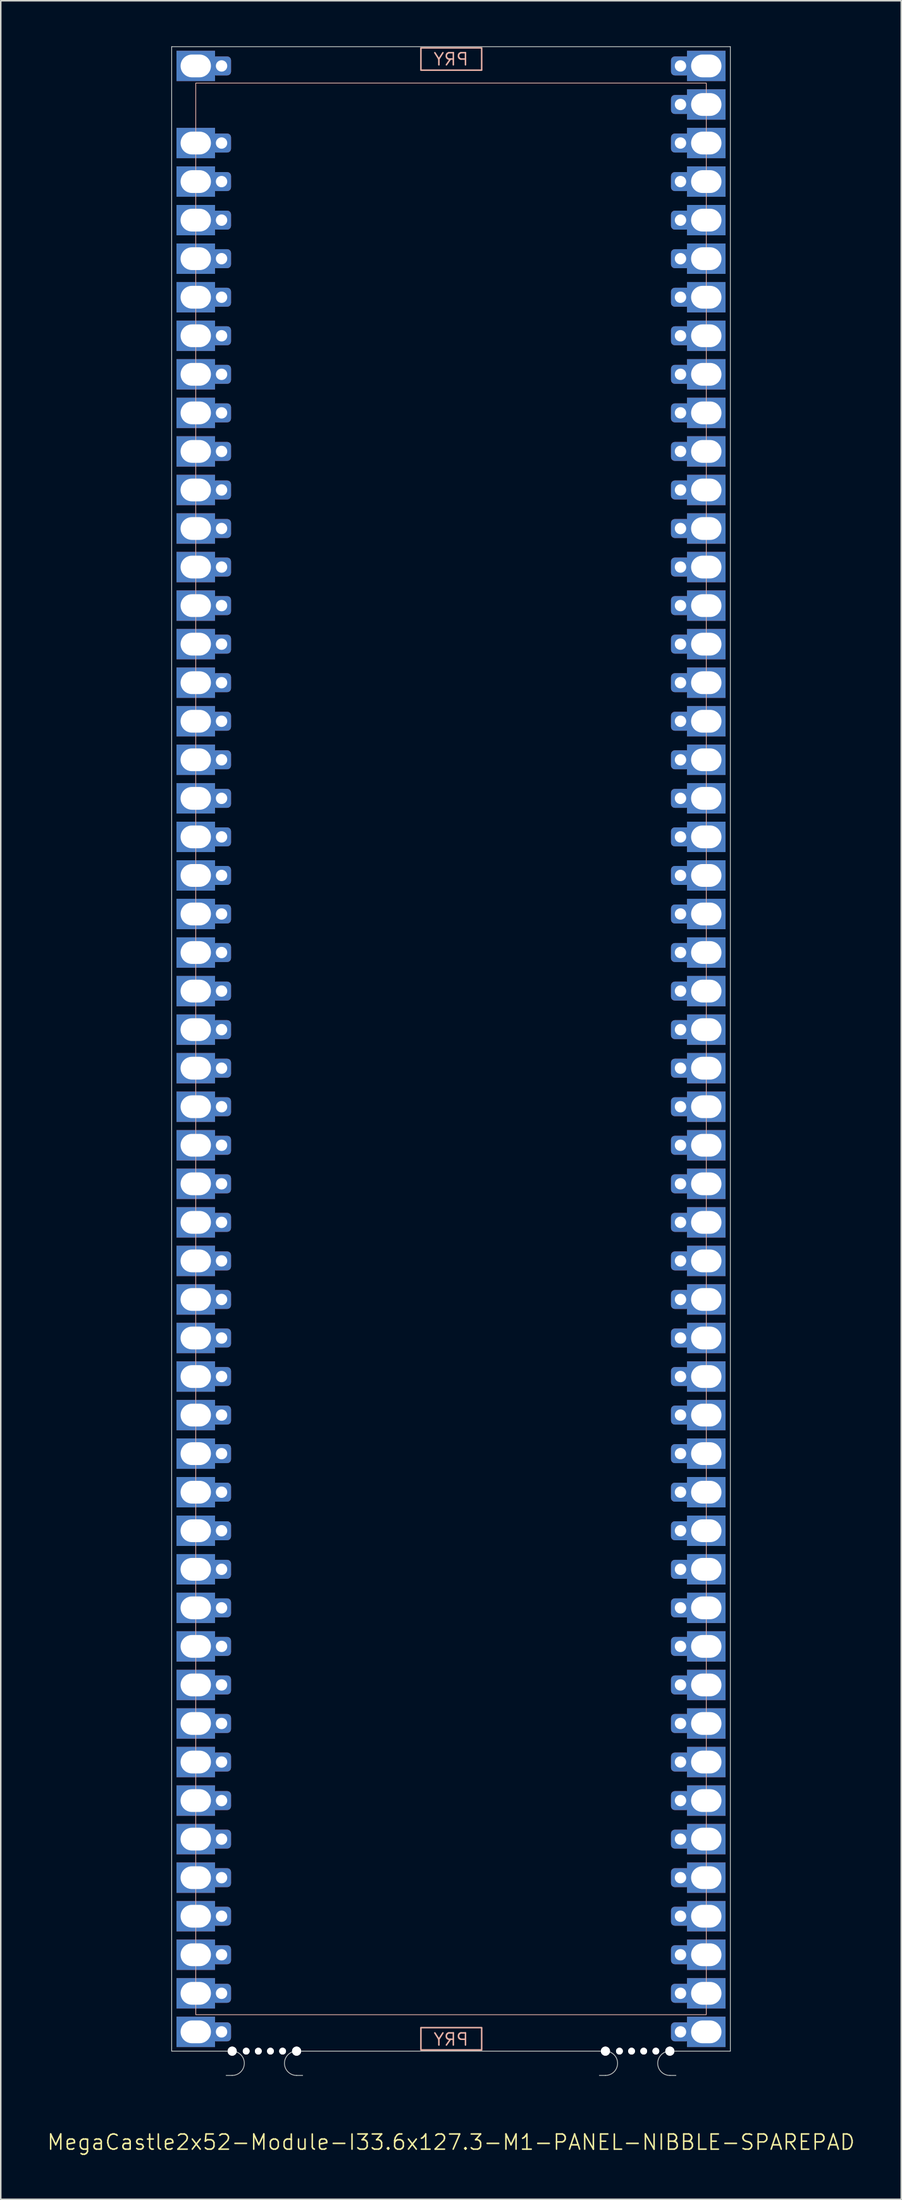
<source format=kicad_pcb>
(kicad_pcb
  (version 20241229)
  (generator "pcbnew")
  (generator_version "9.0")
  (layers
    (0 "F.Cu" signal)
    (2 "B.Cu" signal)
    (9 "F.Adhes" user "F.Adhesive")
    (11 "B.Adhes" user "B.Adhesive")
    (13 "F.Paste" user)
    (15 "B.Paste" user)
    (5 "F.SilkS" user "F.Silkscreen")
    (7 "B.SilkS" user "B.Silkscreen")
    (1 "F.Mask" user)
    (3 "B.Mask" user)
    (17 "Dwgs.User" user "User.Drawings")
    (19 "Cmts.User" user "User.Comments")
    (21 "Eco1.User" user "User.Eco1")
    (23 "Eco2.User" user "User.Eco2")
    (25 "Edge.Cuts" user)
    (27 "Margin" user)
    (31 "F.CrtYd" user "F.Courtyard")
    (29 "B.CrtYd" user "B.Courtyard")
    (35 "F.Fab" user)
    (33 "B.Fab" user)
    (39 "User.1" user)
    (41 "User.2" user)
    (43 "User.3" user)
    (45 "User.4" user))
  (footprint "MegaCastle2x52-Module-I33.6x127.3-M1-PANEL-NIBBLE-SPAREPAD"
    (layer "F.Cu")
    (at 26.669 66.065)
    (property "Reference" "MegaCastle2x52-Module-I33.6x127.3-M1-PANEL-NIBBLE-SPAREPAD" (at 0 72.04 0) (unlocked yes) (layer "F.SilkS") (effects (font (size 1 1) (thickness 0.1))))
    (attr smd)
    (fp_rect (start -16.82 63.64) (end 16.82 -63.64) (stroke (width 0.05) (type default)) (fill no) (layer "B.SilkS"))
    (fp_rect (start -1.984 -64.491) (end 2.02 -65.96) (stroke (width 0.1) (type default)) (fill no) (layer "B.SilkS"))
    (fp_rect (start -1.984 64.491) (end 2.02 65.96) (stroke (width 0.1) (type default)) (fill no) (layer "B.SilkS"))
    (fp_line (start -18.407 -66.04) (end -18.407 66.04) (stroke (width 0.05) (type default)) (layer "Edge.Cuts"))
    (fp_line (start -18.407 -66.04) (end 18.407 -66.04) (stroke (width 0.05) (type default)) (layer "Edge.Cuts"))
    (fp_line (start -18.407 66.04) (end -14.82 66.04) (stroke (width 0.05) (type default)) (layer "Edge.Cuts"))
    (fp_line (start -14.82 66.04) (end -14.42 66.04) (stroke (width 0.05) (type default)) (layer "Edge.Cuts"))
    (fp_line (start -14.82 67.64) (end -14.42 67.64) (stroke (width 0.05) (type default)) (layer "Edge.Cuts"))
    (fp_line (start -9.775 66.04) (end -10.175 66.04) (stroke (width 0.05) (type default)) (layer "Edge.Cuts"))
    (fp_line (start -9.775 66.04) (end 9.775 66.04) (stroke (width 0.05) (type default)) (layer "Edge.Cuts"))
    (fp_line (start -9.775 67.64) (end -10.175 67.64) (stroke (width 0.05) (type default)) (layer "Edge.Cuts"))
    (fp_line (start 9.775 66.04) (end 10.175 66.04) (stroke (width 0.05) (type default)) (layer "Edge.Cuts"))
    (fp_line (start 9.775 67.64) (end 10.175 67.64) (stroke (width 0.05) (type default)) (layer "Edge.Cuts"))
    (fp_line (start 14.82 66.04) (end 14.42 66.04) (stroke (width 0.05) (type default)) (layer "Edge.Cuts"))
    (fp_line (start 14.82 66.04) (end 18.407 66.04) (stroke (width 0.05) (type default)) (layer "Edge.Cuts"))
    (fp_line (start 14.82 67.64) (end 14.42 67.64) (stroke (width 0.05) (type default)) (layer "Edge.Cuts"))
    (fp_line (start 18.407 -66.04) (end 18.407 66.04) (stroke (width 0.05) (type default)) (layer "Edge.Cuts"))
    (fp_arc (start -14.42 66.040001) (mid -13.62 66.839996) (end -14.42 67.639999) (stroke (width 0.05) (type default)) (layer "Edge.Cuts"))
    (fp_arc (start -10.174999 67.639999) (mid -10.974999 66.84) (end -10.174999 66.040001) (stroke (width 0.05) (type default)) (layer "Edge.Cuts"))
    (fp_arc (start 10.174999 66.040001) (mid 10.974999 66.839996) (end 10.174999 67.639999) (stroke (width 0.05) (type default)) (layer "Edge.Cuts"))
    (fp_arc (start 14.42 67.639999) (mid 13.620001 66.84) (end 14.42 66.040001) (stroke (width 0.05) (type default)) (layer "Edge.Cuts"))
    (fp_text user "PRY" (at 0 65.74 0) (unlocked yes) (layer "B.SilkS") (effects (font (size 0.8 0.8) (thickness 0.1)) (justify bottom mirror)))
    (fp_text user "PRY" (at 0 -64.74 0) (unlocked yes) (layer "B.SilkS") (effects (font (size 0.8 0.8) (thickness 0.1)) (justify bottom mirror)))
    (pad "" np_thru_hole circle (at -14.42 66.04) (size 0.6 0.6) (drill 0.6) (layers "*.Cu" "Edge.Cuts"))
    (pad "" np_thru_hole circle (at -13.497 66.04) (size 0.45 0.45) (drill 0.45) (layers "*.Cu" "Edge.Cuts"))
    (pad "" np_thru_hole circle (at -12.697 66.04) (size 0.45 0.45) (drill 0.45) (layers "*.Cu" "Edge.Cuts"))
    (pad "" np_thru_hole circle (at -11.898 66.04) (size 0.45 0.45) (drill 0.45) (layers "*.Cu" "Edge.Cuts"))
    (pad "" np_thru_hole circle (at -11.098 66.04) (size 0.45 0.45) (drill 0.45) (layers "*.Cu" "Edge.Cuts"))
    (pad "" np_thru_hole circle (at -10.175 66.04) (size 0.6 0.6) (drill 0.6) (layers "*.Cu" "Edge.Cuts"))
    (pad "" np_thru_hole circle (at 10.175 66.04) (size 0.6 0.6) (drill 0.6) (layers "*.Cu" "Edge.Cuts"))
    (pad "" np_thru_hole circle (at 11.098 66.04) (size 0.45 0.45) (drill 0.45) (layers "*.Cu" "Edge.Cuts"))
    (pad "" np_thru_hole circle (at 11.897 66.04) (size 0.45 0.45) (drill 0.45) (layers "*.Cu" "Edge.Cuts"))
    (pad "" np_thru_hole circle (at 12.697 66.04) (size 0.45 0.45) (drill 0.45) (layers "*.Cu" "Edge.Cuts"))
    (pad "" np_thru_hole circle (at 13.497 66.04) (size 0.45 0.45) (drill 0.45) (layers "*.Cu" "Edge.Cuts"))
    (pad "" np_thru_hole circle (at 14.42 66.04) (size 0.6 0.6) (drill 0.6) (layers "*.Cu" "Edge.Cuts"))
    (pad "1" thru_hole rect (at -16.82 -64.77) (size 2.54 2) (drill oval 2 1.5) (property pad_prop_castellated) (layers "*.Cu" "*.Mask"))
    (pad "1" thru_hole roundrect (at -15.12 -64.77 180) (size 1.25 1.25) (drill 0.75) (layers "*.Cu" "*.Mask") (roundrect_rratio 0.2))
    (pad "3" thru_hole rect (at -16.82 -59.69) (size 2.54 2) (drill oval 2 1.5) (property pad_prop_castellated) (layers "*.Cu" "*.Mask"))
    (pad "3" thru_hole roundrect (at -15.12 -59.69 180) (size 1.25 1.25) (drill 0.75) (layers "*.Cu" "*.Mask") (roundrect_rratio 0.2))
    (pad "4" thru_hole rect (at -16.82 -57.15) (size 2.54 2) (drill oval 2 1.5) (property pad_prop_castellated) (layers "*.Cu" "*.Mask"))
    (pad "4" thru_hole roundrect (at -15.12 -57.15 180) (size 1.25 1.25) (drill 0.75) (layers "*.Cu" "*.Mask") (roundrect_rratio 0.2))
    (pad "5" thru_hole rect (at -16.82 -54.61) (size 2.54 2) (drill oval 2 1.5) (property pad_prop_castellated) (layers "*.Cu" "*.Mask"))
    (pad "5" thru_hole roundrect (at -15.12 -54.61 180) (size 1.25 1.25) (drill 0.75) (layers "*.Cu" "*.Mask") (roundrect_rratio 0.2))
    (pad "6" thru_hole rect (at -16.82 -52.07) (size 2.54 2) (drill oval 2 1.5) (property pad_prop_castellated) (layers "*.Cu" "*.Mask"))
    (pad "6" thru_hole roundrect (at -15.12 -52.07 180) (size 1.25 1.25) (drill 0.75) (layers "*.Cu" "*.Mask") (roundrect_rratio 0.2))
    (pad "7" thru_hole rect (at -16.82 -49.53) (size 2.54 2) (drill oval 2 1.5) (property pad_prop_castellated) (layers "*.Cu" "*.Mask"))
    (pad "7" thru_hole roundrect (at -15.12 -49.53 180) (size 1.25 1.25) (drill 0.75) (layers "*.Cu" "*.Mask") (roundrect_rratio 0.2))
    (pad "8" thru_hole rect (at -16.82 -46.99) (size 2.54 2) (drill oval 2 1.5) (property pad_prop_castellated) (layers "*.Cu" "*.Mask"))
    (pad "8" thru_hole roundrect (at -15.12 -46.99 180) (size 1.25 1.25) (drill 0.75) (layers "*.Cu" "*.Mask") (roundrect_rratio 0.2))
    (pad "9" thru_hole rect (at -16.82 -44.45) (size 2.54 2) (drill oval 2 1.5) (property pad_prop_castellated) (layers "*.Cu" "*.Mask"))
    (pad "9" thru_hole roundrect (at -15.12 -44.45 180) (size 1.25 1.25) (drill 0.75) (layers "*.Cu" "*.Mask") (roundrect_rratio 0.2))
    (pad "10" thru_hole rect (at -16.82 -41.91) (size 2.54 2) (drill oval 2 1.5) (property pad_prop_castellated) (layers "*.Cu" "*.Mask"))
    (pad "10" thru_hole roundrect (at -15.12 -41.91 180) (size 1.25 1.25) (drill 0.75) (layers "*.Cu" "*.Mask") (roundrect_rratio 0.2))
    (pad "11" thru_hole rect (at -16.82 -39.37) (size 2.54 2) (drill oval 2 1.5) (property pad_prop_castellated) (layers "*.Cu" "*.Mask"))
    (pad "11" thru_hole roundrect (at -15.12 -39.37 180) (size 1.25 1.25) (drill 0.75) (layers "*.Cu" "*.Mask") (roundrect_rratio 0.2))
    (pad "12" thru_hole rect (at -16.82 -36.83) (size 2.54 2) (drill oval 2 1.5) (property pad_prop_castellated) (layers "*.Cu" "*.Mask"))
    (pad "12" thru_hole roundrect (at -15.12 -36.83 180) (size 1.25 1.25) (drill 0.75) (layers "*.Cu" "*.Mask") (roundrect_rratio 0.2))
    (pad "13" thru_hole rect (at -16.82 -34.29) (size 2.54 2) (drill oval 2 1.5) (property pad_prop_castellated) (layers "*.Cu" "*.Mask"))
    (pad "13" thru_hole roundrect (at -15.12 -34.29 180) (size 1.25 1.25) (drill 0.75) (layers "*.Cu" "*.Mask") (roundrect_rratio 0.2))
    (pad "14" thru_hole rect (at -16.82 -31.75) (size 2.54 2) (drill oval 2 1.5) (property pad_prop_castellated) (layers "*.Cu" "*.Mask"))
    (pad "14" thru_hole roundrect (at -15.12 -31.75 180) (size 1.25 1.25) (drill 0.75) (layers "*.Cu" "*.Mask") (roundrect_rratio 0.2))
    (pad "15" thru_hole rect (at -16.82 -29.21) (size 2.54 2) (drill oval 2 1.5) (property pad_prop_castellated) (layers "*.Cu" "*.Mask"))
    (pad "15" thru_hole roundrect (at -15.12 -29.21 180) (size 1.25 1.25) (drill 0.75) (layers "*.Cu" "*.Mask") (roundrect_rratio 0.2))
    (pad "16" thru_hole rect (at -16.82 -26.67) (size 2.54 2) (drill oval 2 1.5) (property pad_prop_castellated) (layers "*.Cu" "*.Mask"))
    (pad "16" thru_hole roundrect (at -15.12 -26.67 180) (size 1.25 1.25) (drill 0.75) (layers "*.Cu" "*.Mask") (roundrect_rratio 0.2))
    (pad "17" thru_hole rect (at -16.82 -24.13) (size 2.54 2) (drill oval 2 1.5) (property pad_prop_castellated) (layers "*.Cu" "*.Mask"))
    (pad "17" thru_hole roundrect (at -15.12 -24.13 180) (size 1.25 1.25) (drill 0.75) (layers "*.Cu" "*.Mask") (roundrect_rratio 0.2))
    (pad "18" thru_hole rect (at -16.82 -21.59) (size 2.54 2) (drill oval 2 1.5) (property pad_prop_castellated) (layers "*.Cu" "*.Mask"))
    (pad "18" thru_hole roundrect (at -15.12 -21.59 180) (size 1.25 1.25) (drill 0.75) (layers "*.Cu" "*.Mask") (roundrect_rratio 0.2))
    (pad "19" thru_hole rect (at -16.82 -19.05) (size 2.54 2) (drill oval 2 1.5) (property pad_prop_castellated) (layers "*.Cu" "*.Mask"))
    (pad "19" thru_hole roundrect (at -15.12 -19.05 180) (size 1.25 1.25) (drill 0.75) (layers "*.Cu" "*.Mask") (roundrect_rratio 0.2))
    (pad "20" thru_hole rect (at -16.82 -16.51) (size 2.54 2) (drill oval 2 1.5) (property pad_prop_castellated) (layers "*.Cu" "*.Mask"))
    (pad "20" thru_hole roundrect (at -15.12 -16.51 180) (size 1.25 1.25) (drill 0.75) (layers "*.Cu" "*.Mask") (roundrect_rratio 0.2))
    (pad "21" thru_hole rect (at -16.82 -13.97) (size 2.54 2) (drill oval 2 1.5) (property pad_prop_castellated) (layers "*.Cu" "*.Mask"))
    (pad "21" thru_hole roundrect (at -15.12 -13.97 180) (size 1.25 1.25) (drill 0.75) (layers "*.Cu" "*.Mask") (roundrect_rratio 0.2))
    (pad "22" thru_hole rect (at -16.82 -11.43) (size 2.54 2) (drill oval 2 1.5) (property pad_prop_castellated) (layers "*.Cu" "*.Mask"))
    (pad "22" thru_hole roundrect (at -15.12 -11.43 180) (size 1.25 1.25) (drill 0.75) (layers "*.Cu" "*.Mask") (roundrect_rratio 0.2))
    (pad "23" thru_hole rect (at -16.82 -8.89) (size 2.54 2) (drill oval 2 1.5) (property pad_prop_castellated) (layers "*.Cu" "*.Mask"))
    (pad "23" thru_hole roundrect (at -15.12 -8.89 180) (size 1.25 1.25) (drill 0.75) (layers "*.Cu" "*.Mask") (roundrect_rratio 0.2))
    (pad "24" thru_hole rect (at -16.82 -6.35) (size 2.54 2) (drill oval 2 1.5) (property pad_prop_castellated) (layers "*.Cu" "*.Mask"))
    (pad "24" thru_hole roundrect (at -15.12 -6.35 180) (size 1.25 1.25) (drill 0.75) (layers "*.Cu" "*.Mask") (roundrect_rratio 0.2))
    (pad "25" thru_hole rect (at -16.82 -3.81) (size 2.54 2) (drill oval 2 1.5) (property pad_prop_castellated) (layers "*.Cu" "*.Mask"))
    (pad "25" thru_hole roundrect (at -15.12 -3.81 180) (size 1.25 1.25) (drill 0.75) (layers "*.Cu" "*.Mask") (roundrect_rratio 0.2))
    (pad "26" thru_hole rect (at -16.82 -1.27) (size 2.54 2) (drill oval 2 1.5) (property pad_prop_castellated) (layers "*.Cu" "*.Mask"))
    (pad "26" thru_hole roundrect (at -15.12 -1.27 180) (size 1.25 1.25) (drill 0.75) (layers "*.Cu" "*.Mask") (roundrect_rratio 0.2))
    (pad "27" thru_hole rect (at -16.82 1.27) (size 2.54 2) (drill oval 2 1.5) (property pad_prop_castellated) (layers "*.Cu" "*.Mask"))
    (pad "27" thru_hole roundrect (at -15.12 1.27 180) (size 1.25 1.25) (drill 0.75) (layers "*.Cu" "*.Mask") (roundrect_rratio 0.2))
    (pad "28" thru_hole rect (at -16.82 3.81) (size 2.54 2) (drill oval 2 1.5) (property pad_prop_castellated) (layers "*.Cu" "*.Mask"))
    (pad "28" thru_hole roundrect (at -15.12 3.81 180) (size 1.25 1.25) (drill 0.75) (layers "*.Cu" "*.Mask") (roundrect_rratio 0.2))
    (pad "29" thru_hole rect (at -16.82 6.35) (size 2.54 2) (drill oval 2 1.5) (property pad_prop_castellated) (layers "*.Cu" "*.Mask"))
    (pad "29" thru_hole roundrect (at -15.12 6.35 180) (size 1.25 1.25) (drill 0.75) (layers "*.Cu" "*.Mask") (roundrect_rratio 0.2))
    (pad "30" thru_hole rect (at -16.82 8.89) (size 2.54 2) (drill oval 2 1.5) (property pad_prop_castellated) (layers "*.Cu" "*.Mask"))
    (pad "30" thru_hole roundrect (at -15.12 8.89 180) (size 1.25 1.25) (drill 0.75) (layers "*.Cu" "*.Mask") (roundrect_rratio 0.2))
    (pad "31" thru_hole rect (at -16.82 11.43) (size 2.54 2) (drill oval 2 1.5) (property pad_prop_castellated) (layers "*.Cu" "*.Mask"))
    (pad "31" thru_hole roundrect (at -15.12 11.43 180) (size 1.25 1.25) (drill 0.75) (layers "*.Cu" "*.Mask") (roundrect_rratio 0.2))
    (pad "32" thru_hole rect (at -16.82 13.97) (size 2.54 2) (drill oval 2 1.5) (property pad_prop_castellated) (layers "*.Cu" "*.Mask"))
    (pad "32" thru_hole roundrect (at -15.12 13.97 180) (size 1.25 1.25) (drill 0.75) (layers "*.Cu" "*.Mask") (roundrect_rratio 0.2))
    (pad "33" thru_hole rect (at -16.82 16.51) (size 2.54 2) (drill oval 2 1.5) (property pad_prop_castellated) (layers "*.Cu" "*.Mask"))
    (pad "33" thru_hole roundrect (at -15.12 16.51 180) (size 1.25 1.25) (drill 0.75) (layers "*.Cu" "*.Mask") (roundrect_rratio 0.2))
    (pad "34" thru_hole rect (at -16.82 19.05) (size 2.54 2) (drill oval 2 1.5) (property pad_prop_castellated) (layers "*.Cu" "*.Mask"))
    (pad "34" thru_hole roundrect (at -15.12 19.05 180) (size 1.25 1.25) (drill 0.75) (layers "*.Cu" "*.Mask") (roundrect_rratio 0.2))
    (pad "35" thru_hole rect (at -16.82 21.59) (size 2.54 2) (drill oval 2 1.5) (property pad_prop_castellated) (layers "*.Cu" "*.Mask"))
    (pad "35" thru_hole roundrect (at -15.12 21.59 180) (size 1.25 1.25) (drill 0.75) (layers "*.Cu" "*.Mask") (roundrect_rratio 0.2))
    (pad "36" thru_hole rect (at -16.82 24.13) (size 2.54 2) (drill oval 2 1.5) (property pad_prop_castellated) (layers "*.Cu" "*.Mask"))
    (pad "36" thru_hole roundrect (at -15.12 24.13 180) (size 1.25 1.25) (drill 0.75) (layers "*.Cu" "*.Mask") (roundrect_rratio 0.2))
    (pad "37" thru_hole rect (at -16.82 26.67) (size 2.54 2) (drill oval 2 1.5) (property pad_prop_castellated) (layers "*.Cu" "*.Mask"))
    (pad "37" thru_hole roundrect (at -15.12 26.67 180) (size 1.25 1.25) (drill 0.75) (layers "*.Cu" "*.Mask") (roundrect_rratio 0.2))
    (pad "38" thru_hole rect (at -16.82 29.21) (size 2.54 2) (drill oval 2 1.5) (property pad_prop_castellated) (layers "*.Cu" "*.Mask"))
    (pad "38" thru_hole roundrect (at -15.12 29.21 180) (size 1.25 1.25) (drill 0.75) (layers "*.Cu" "*.Mask") (roundrect_rratio 0.2))
    (pad "39" thru_hole rect (at -16.82 31.75) (size 2.54 2) (drill oval 2 1.5) (property pad_prop_castellated) (layers "*.Cu" "*.Mask"))
    (pad "39" thru_hole roundrect (at -15.12 31.75 180) (size 1.25 1.25) (drill 0.75) (layers "*.Cu" "*.Mask") (roundrect_rratio 0.2))
    (pad "40" thru_hole rect (at -16.82 34.29) (size 2.54 2) (drill oval 2 1.5) (property pad_prop_castellated) (layers "*.Cu" "*.Mask"))
    (pad "40" thru_hole roundrect (at -15.12 34.29 180) (size 1.25 1.25) (drill 0.75) (layers "*.Cu" "*.Mask") (roundrect_rratio 0.2))
    (pad "41" thru_hole rect (at -16.82 36.83) (size 2.54 2) (drill oval 2 1.5) (property pad_prop_castellated) (layers "*.Cu" "*.Mask"))
    (pad "41" thru_hole roundrect (at -15.12 36.83 180) (size 1.25 1.25) (drill 0.75) (layers "*.Cu" "*.Mask") (roundrect_rratio 0.2))
    (pad "42" thru_hole rect (at -16.82 39.37) (size 2.54 2) (drill oval 2 1.5) (property pad_prop_castellated) (layers "*.Cu" "*.Mask"))
    (pad "42" thru_hole roundrect (at -15.12 39.37 180) (size 1.25 1.25) (drill 0.75) (layers "*.Cu" "*.Mask") (roundrect_rratio 0.2))
    (pad "43" thru_hole rect (at -16.82 41.91) (size 2.54 2) (drill oval 2 1.5) (property pad_prop_castellated) (layers "*.Cu" "*.Mask"))
    (pad "43" thru_hole roundrect (at -15.12 41.91 180) (size 1.25 1.25) (drill 0.75) (layers "*.Cu" "*.Mask") (roundrect_rratio 0.2))
    (pad "44" thru_hole rect (at -16.82 44.45) (size 2.54 2) (drill oval 2 1.5) (property pad_prop_castellated) (layers "*.Cu" "*.Mask"))
    (pad "44" thru_hole roundrect (at -15.12 44.45 180) (size 1.25 1.25) (drill 0.75) (layers "*.Cu" "*.Mask") (roundrect_rratio 0.2))
    (pad "45" thru_hole rect (at -16.82 46.99) (size 2.54 2) (drill oval 2 1.5) (property pad_prop_castellated) (layers "*.Cu" "*.Mask"))
    (pad "45" thru_hole roundrect (at -15.12 46.99 180) (size 1.25 1.25) (drill 0.75) (layers "*.Cu" "*.Mask") (roundrect_rratio 0.2))
    (pad "46" thru_hole rect (at -16.82 49.53) (size 2.54 2) (drill oval 2 1.5) (property pad_prop_castellated) (layers "*.Cu" "*.Mask"))
    (pad "46" thru_hole roundrect (at -15.12 49.53 180) (size 1.25 1.25) (drill 0.75) (layers "*.Cu" "*.Mask") (roundrect_rratio 0.2))
    (pad "47" thru_hole rect (at -16.82 52.07) (size 2.54 2) (drill oval 2 1.5) (property pad_prop_castellated) (layers "*.Cu" "*.Mask"))
    (pad "47" thru_hole roundrect (at -15.12 52.07 180) (size 1.25 1.25) (drill 0.75) (layers "*.Cu" "*.Mask") (roundrect_rratio 0.2))
    (pad "48" thru_hole rect (at -16.82 54.61) (size 2.54 2) (drill oval 2 1.5) (property pad_prop_castellated) (layers "*.Cu" "*.Mask"))
    (pad "48" thru_hole roundrect (at -15.12 54.61 180) (size 1.25 1.25) (drill 0.75) (layers "*.Cu" "*.Mask") (roundrect_rratio 0.2))
    (pad "49" thru_hole rect (at -16.82 57.15) (size 2.54 2) (drill oval 2 1.5) (property pad_prop_castellated) (layers "*.Cu" "*.Mask"))
    (pad "49" thru_hole roundrect (at -15.12 57.15 180) (size 1.25 1.25) (drill 0.75) (layers "*.Cu" "*.Mask") (roundrect_rratio 0.2))
    (pad "50" thru_hole rect (at -16.82 59.69) (size 2.54 2) (drill oval 2 1.5) (property pad_prop_castellated) (layers "*.Cu" "*.Mask"))
    (pad "50" thru_hole roundrect (at -15.12 59.69 180) (size 1.25 1.25) (drill 0.75) (layers "*.Cu" "*.Mask") (roundrect_rratio 0.2))
    (pad "51" thru_hole rect (at -16.82 62.23) (size 2.54 2) (drill oval 2 1.5) (property pad_prop_castellated) (layers "*.Cu" "*.Mask"))
    (pad "51" thru_hole roundrect (at -15.12 62.23 180) (size 1.25 1.25) (drill 0.75) (layers "*.Cu" "*.Mask") (roundrect_rratio 0.2))
    (pad "52" thru_hole rect (at -16.82 64.77) (size 2.54 2) (drill oval 2 1.5) (property pad_prop_castellated) (layers "*.Cu" "*.Mask"))
    (pad "52" thru_hole roundrect (at -15.12 64.77 180) (size 1.25 1.25) (drill 0.75) (layers "*.Cu" "*.Mask") (roundrect_rratio 0.2))
    (pad "53" thru_hole roundrect (at 15.12 -64.77 180) (size 1.25 1.25) (drill 0.75) (layers "*.Cu" "*.Mask") (roundrect_rratio 0.2))
    (pad "53" thru_hole rect (at 16.82 -64.77) (size 2.54 2) (drill oval 2 1.5) (property pad_prop_castellated) (layers "*.Cu" "*.Mask"))
    (pad "54" thru_hole roundrect (at 15.12 -62.23 180) (size 1.25 1.25) (drill 0.75) (layers "*.Cu" "*.Mask") (roundrect_rratio 0.2))
    (pad "54" thru_hole rect (at 16.82 -62.23) (size 2.54 2) (drill oval 2 1.5) (property pad_prop_castellated) (layers "*.Cu" "*.Mask"))
    (pad "55" thru_hole roundrect (at 15.12 -59.69 180) (size 1.25 1.25) (drill 0.75) (layers "*.Cu" "*.Mask") (roundrect_rratio 0.2))
    (pad "55" thru_hole rect (at 16.82 -59.69) (size 2.54 2) (drill oval 2 1.5) (property pad_prop_castellated) (layers "*.Cu" "*.Mask"))
    (pad "56" thru_hole roundrect (at 15.12 -57.15 180) (size 1.25 1.25) (drill 0.75) (layers "*.Cu" "*.Mask") (roundrect_rratio 0.2))
    (pad "56" thru_hole rect (at 16.82 -57.15) (size 2.54 2) (drill oval 2 1.5) (property pad_prop_castellated) (layers "*.Cu" "*.Mask"))
    (pad "57" thru_hole roundrect (at 15.12 -54.61 180) (size 1.25 1.25) (drill 0.75) (layers "*.Cu" "*.Mask") (roundrect_rratio 0.2))
    (pad "57" thru_hole rect (at 16.82 -54.61) (size 2.54 2) (drill oval 2 1.5) (property pad_prop_castellated) (layers "*.Cu" "*.Mask"))
    (pad "58" thru_hole roundrect (at 15.12 -52.07 180) (size 1.25 1.25) (drill 0.75) (layers "*.Cu" "*.Mask") (roundrect_rratio 0.2))
    (pad "58" thru_hole rect (at 16.82 -52.07) (size 2.54 2) (drill oval 2 1.5) (property pad_prop_castellated) (layers "*.Cu" "*.Mask"))
    (pad "59" thru_hole roundrect (at 15.12 -49.53 180) (size 1.25 1.25) (drill 0.75) (layers "*.Cu" "*.Mask") (roundrect_rratio 0.2))
    (pad "59" thru_hole rect (at 16.82 -49.53) (size 2.54 2) (drill oval 2 1.5) (property pad_prop_castellated) (layers "*.Cu" "*.Mask"))
    (pad "60" thru_hole roundrect (at 15.12 -46.99 180) (size 1.25 1.25) (drill 0.75) (layers "*.Cu" "*.Mask") (roundrect_rratio 0.2))
    (pad "60" thru_hole rect (at 16.82 -46.99) (size 2.54 2) (drill oval 2 1.5) (property pad_prop_castellated) (layers "*.Cu" "*.Mask"))
    (pad "61" thru_hole roundrect (at 15.12 -44.45 180) (size 1.25 1.25) (drill 0.75) (layers "*.Cu" "*.Mask") (roundrect_rratio 0.2))
    (pad "61" thru_hole rect (at 16.82 -44.45) (size 2.54 2) (drill oval 2 1.5) (property pad_prop_castellated) (layers "*.Cu" "*.Mask"))
    (pad "62" thru_hole roundrect (at 15.12 -41.91 180) (size 1.25 1.25) (drill 0.75) (layers "*.Cu" "*.Mask") (roundrect_rratio 0.2))
    (pad "62" thru_hole rect (at 16.82 -41.91) (size 2.54 2) (drill oval 2 1.5) (property pad_prop_castellated) (layers "*.Cu" "*.Mask"))
    (pad "63" thru_hole roundrect (at 15.12 -39.37 180) (size 1.25 1.25) (drill 0.75) (layers "*.Cu" "*.Mask") (roundrect_rratio 0.2))
    (pad "63" thru_hole rect (at 16.82 -39.37) (size 2.54 2) (drill oval 2 1.5) (property pad_prop_castellated) (layers "*.Cu" "*.Mask"))
    (pad "64" thru_hole roundrect (at 15.12 -36.83 180) (size 1.25 1.25) (drill 0.75) (layers "*.Cu" "*.Mask") (roundrect_rratio 0.2))
    (pad "64" thru_hole rect (at 16.82 -36.83) (size 2.54 2) (drill oval 2 1.5) (property pad_prop_castellated) (layers "*.Cu" "*.Mask"))
    (pad "65" thru_hole roundrect (at 15.12 -34.29 180) (size 1.25 1.25) (drill 0.75) (layers "*.Cu" "*.Mask") (roundrect_rratio 0.2))
    (pad "65" thru_hole rect (at 16.82 -34.29) (size 2.54 2) (drill oval 2 1.5) (property pad_prop_castellated) (layers "*.Cu" "*.Mask"))
    (pad "66" thru_hole roundrect (at 15.12 -31.75 180) (size 1.25 1.25) (drill 0.75) (layers "*.Cu" "*.Mask") (roundrect_rratio 0.2))
    (pad "66" thru_hole rect (at 16.82 -31.75) (size 2.54 2) (drill oval 2 1.5) (property pad_prop_castellated) (layers "*.Cu" "*.Mask"))
    (pad "67" thru_hole roundrect (at 15.12 -29.21 180) (size 1.25 1.25) (drill 0.75) (layers "*.Cu" "*.Mask") (roundrect_rratio 0.2))
    (pad "67" thru_hole rect (at 16.82 -29.21) (size 2.54 2) (drill oval 2 1.5) (property pad_prop_castellated) (layers "*.Cu" "*.Mask"))
    (pad "68" thru_hole roundrect (at 15.12 -26.67 180) (size 1.25 1.25) (drill 0.75) (layers "*.Cu" "*.Mask") (roundrect_rratio 0.2))
    (pad "68" thru_hole rect (at 16.82 -26.67) (size 2.54 2) (drill oval 2 1.5) (property pad_prop_castellated) (layers "*.Cu" "*.Mask"))
    (pad "69" thru_hole roundrect (at 15.12 -24.13 180) (size 1.25 1.25) (drill 0.75) (layers "*.Cu" "*.Mask") (roundrect_rratio 0.2))
    (pad "69" thru_hole rect (at 16.82 -24.13) (size 2.54 2) (drill oval 2 1.5) (property pad_prop_castellated) (layers "*.Cu" "*.Mask"))
    (pad "70" thru_hole roundrect (at 15.12 -21.59 180) (size 1.25 1.25) (drill 0.75) (layers "*.Cu" "*.Mask") (roundrect_rratio 0.2))
    (pad "70" thru_hole rect (at 16.82 -21.59) (size 2.54 2) (drill oval 2 1.5) (property pad_prop_castellated) (layers "*.Cu" "*.Mask"))
    (pad "71" thru_hole roundrect (at 15.12 -19.05 180) (size 1.25 1.25) (drill 0.75) (layers "*.Cu" "*.Mask") (roundrect_rratio 0.2))
    (pad "71" thru_hole rect (at 16.82 -19.05) (size 2.54 2) (drill oval 2 1.5) (property pad_prop_castellated) (layers "*.Cu" "*.Mask"))
    (pad "72" thru_hole roundrect (at 15.12 -16.51 180) (size 1.25 1.25) (drill 0.75) (layers "*.Cu" "*.Mask") (roundrect_rratio 0.2))
    (pad "72" thru_hole rect (at 16.82 -16.51) (size 2.54 2) (drill oval 2 1.5) (property pad_prop_castellated) (layers "*.Cu" "*.Mask"))
    (pad "73" thru_hole roundrect (at 15.12 -13.97 180) (size 1.25 1.25) (drill 0.75) (layers "*.Cu" "*.Mask") (roundrect_rratio 0.2))
    (pad "73" thru_hole rect (at 16.82 -13.97) (size 2.54 2) (drill oval 2 1.5) (property pad_prop_castellated) (layers "*.Cu" "*.Mask"))
    (pad "74" thru_hole roundrect (at 15.12 -11.43 180) (size 1.25 1.25) (drill 0.75) (layers "*.Cu" "*.Mask") (roundrect_rratio 0.2))
    (pad "74" thru_hole rect (at 16.82 -11.43) (size 2.54 2) (drill oval 2 1.5) (property pad_prop_castellated) (layers "*.Cu" "*.Mask"))
    (pad "75" thru_hole roundrect (at 15.12 -8.89 180) (size 1.25 1.25) (drill 0.75) (layers "*.Cu" "*.Mask") (roundrect_rratio 0.2))
    (pad "75" thru_hole rect (at 16.82 -8.89) (size 2.54 2) (drill oval 2 1.5) (property pad_prop_castellated) (layers "*.Cu" "*.Mask"))
    (pad "76" thru_hole roundrect (at 15.12 -6.35 180) (size 1.25 1.25) (drill 0.75) (layers "*.Cu" "*.Mask") (roundrect_rratio 0.2))
    (pad "76" thru_hole rect (at 16.82 -6.35) (size 2.54 2) (drill oval 2 1.5) (property pad_prop_castellated) (layers "*.Cu" "*.Mask"))
    (pad "77" thru_hole roundrect (at 15.12 -3.81 180) (size 1.25 1.25) (drill 0.75) (layers "*.Cu" "*.Mask") (roundrect_rratio 0.2))
    (pad "77" thru_hole rect (at 16.82 -3.81) (size 2.54 2) (drill oval 2 1.5) (property pad_prop_castellated) (layers "*.Cu" "*.Mask"))
    (pad "78" thru_hole roundrect (at 15.12 -1.27 180) (size 1.25 1.25) (drill 0.75) (layers "*.Cu" "*.Mask") (roundrect_rratio 0.2))
    (pad "78" thru_hole rect (at 16.82 -1.27) (size 2.54 2) (drill oval 2 1.5) (property pad_prop_castellated) (layers "*.Cu" "*.Mask"))
    (pad "79" thru_hole roundrect (at 15.12 1.27 180) (size 1.25 1.25) (drill 0.75) (layers "*.Cu" "*.Mask") (roundrect_rratio 0.2))
    (pad "79" thru_hole rect (at 16.82 1.27) (size 2.54 2) (drill oval 2 1.5) (property pad_prop_castellated) (layers "*.Cu" "*.Mask"))
    (pad "80" thru_hole roundrect (at 15.12 3.81 180) (size 1.25 1.25) (drill 0.75) (layers "*.Cu" "*.Mask") (roundrect_rratio 0.2))
    (pad "80" thru_hole rect (at 16.82 3.81) (size 2.54 2) (drill oval 2 1.5) (property pad_prop_castellated) (layers "*.Cu" "*.Mask"))
    (pad "81" thru_hole roundrect (at 15.12 6.35 180) (size 1.25 1.25) (drill 0.75) (layers "*.Cu" "*.Mask") (roundrect_rratio 0.2))
    (pad "81" thru_hole rect (at 16.82 6.35) (size 2.54 2) (drill oval 2 1.5) (property pad_prop_castellated) (layers "*.Cu" "*.Mask"))
    (pad "82" thru_hole roundrect (at 15.12 8.89 180) (size 1.25 1.25) (drill 0.75) (layers "*.Cu" "*.Mask") (roundrect_rratio 0.2))
    (pad "82" thru_hole rect (at 16.82 8.89) (size 2.54 2) (drill oval 2 1.5) (property pad_prop_castellated) (layers "*.Cu" "*.Mask"))
    (pad "83" thru_hole roundrect (at 15.12 11.43 180) (size 1.25 1.25) (drill 0.75) (layers "*.Cu" "*.Mask") (roundrect_rratio 0.2))
    (pad "83" thru_hole rect (at 16.82 11.43) (size 2.54 2) (drill oval 2 1.5) (property pad_prop_castellated) (layers "*.Cu" "*.Mask"))
    (pad "84" thru_hole roundrect (at 15.12 13.97 180) (size 1.25 1.25) (drill 0.75) (layers "*.Cu" "*.Mask") (roundrect_rratio 0.2))
    (pad "84" thru_hole rect (at 16.82 13.97) (size 2.54 2) (drill oval 2 1.5) (property pad_prop_castellated) (layers "*.Cu" "*.Mask"))
    (pad "85" thru_hole roundrect (at 15.12 16.51 180) (size 1.25 1.25) (drill 0.75) (layers "*.Cu" "*.Mask") (roundrect_rratio 0.2))
    (pad "85" thru_hole rect (at 16.82 16.51) (size 2.54 2) (drill oval 2 1.5) (property pad_prop_castellated) (layers "*.Cu" "*.Mask"))
    (pad "86" thru_hole roundrect (at 15.12 19.05 180) (size 1.25 1.25) (drill 0.75) (layers "*.Cu" "*.Mask") (roundrect_rratio 0.2))
    (pad "86" thru_hole rect (at 16.82 19.05) (size 2.54 2) (drill oval 2 1.5) (property pad_prop_castellated) (layers "*.Cu" "*.Mask"))
    (pad "87" thru_hole roundrect (at 15.12 21.59 180) (size 1.25 1.25) (drill 0.75) (layers "*.Cu" "*.Mask") (roundrect_rratio 0.2))
    (pad "87" thru_hole rect (at 16.82 21.59) (size 2.54 2) (drill oval 2 1.5) (property pad_prop_castellated) (layers "*.Cu" "*.Mask"))
    (pad "88" thru_hole roundrect (at 15.12 24.13 180) (size 1.25 1.25) (drill 0.75) (layers "*.Cu" "*.Mask") (roundrect_rratio 0.2))
    (pad "88" thru_hole rect (at 16.82 24.13) (size 2.54 2) (drill oval 2 1.5) (property pad_prop_castellated) (layers "*.Cu" "*.Mask"))
    (pad "89" thru_hole roundrect (at 15.12 26.67 180) (size 1.25 1.25) (drill 0.75) (layers "*.Cu" "*.Mask") (roundrect_rratio 0.2))
    (pad "89" thru_hole rect (at 16.82 26.67) (size 2.54 2) (drill oval 2 1.5) (property pad_prop_castellated) (layers "*.Cu" "*.Mask"))
    (pad "90" thru_hole roundrect (at 15.12 29.21 180) (size 1.25 1.25) (drill 0.75) (layers "*.Cu" "*.Mask") (roundrect_rratio 0.2))
    (pad "90" thru_hole rect (at 16.82 29.21) (size 2.54 2) (drill oval 2 1.5) (property pad_prop_castellated) (layers "*.Cu" "*.Mask"))
    (pad "91" thru_hole roundrect (at 15.12 31.75 180) (size 1.25 1.25) (drill 0.75) (layers "*.Cu" "*.Mask") (roundrect_rratio 0.2))
    (pad "91" thru_hole rect (at 16.82 31.75) (size 2.54 2) (drill oval 2 1.5) (property pad_prop_castellated) (layers "*.Cu" "*.Mask"))
    (pad "92" thru_hole roundrect (at 15.12 34.29 180) (size 1.25 1.25) (drill 0.75) (layers "*.Cu" "*.Mask") (roundrect_rratio 0.2))
    (pad "92" thru_hole rect (at 16.82 34.29) (size 2.54 2) (drill oval 2 1.5) (property pad_prop_castellated) (layers "*.Cu" "*.Mask"))
    (pad "93" thru_hole roundrect (at 15.12 36.83 180) (size 1.25 1.25) (drill 0.75) (layers "*.Cu" "*.Mask") (roundrect_rratio 0.2))
    (pad "93" thru_hole rect (at 16.82 36.83) (size 2.54 2) (drill oval 2 1.5) (property pad_prop_castellated) (layers "*.Cu" "*.Mask"))
    (pad "94" thru_hole roundrect (at 15.12 39.37 180) (size 1.25 1.25) (drill 0.75) (layers "*.Cu" "*.Mask") (roundrect_rratio 0.2))
    (pad "94" thru_hole rect (at 16.82 39.37) (size 2.54 2) (drill oval 2 1.5) (property pad_prop_castellated) (layers "*.Cu" "*.Mask"))
    (pad "95" thru_hole roundrect (at 15.12 41.91 180) (size 1.25 1.25) (drill 0.75) (layers "*.Cu" "*.Mask") (roundrect_rratio 0.2))
    (pad "95" thru_hole rect (at 16.82 41.91) (size 2.54 2) (drill oval 2 1.5) (property pad_prop_castellated) (layers "*.Cu" "*.Mask"))
    (pad "96" thru_hole roundrect (at 15.12 44.45 180) (size 1.25 1.25) (drill 0.75) (layers "*.Cu" "*.Mask") (roundrect_rratio 0.2))
    (pad "96" thru_hole rect (at 16.82 44.45) (size 2.54 2) (drill oval 2 1.5) (property pad_prop_castellated) (layers "*.Cu" "*.Mask"))
    (pad "97" thru_hole roundrect (at 15.12 46.99 180) (size 1.25 1.25) (drill 0.75) (layers "*.Cu" "*.Mask") (roundrect_rratio 0.2))
    (pad "97" thru_hole rect (at 16.82 46.99) (size 2.54 2) (drill oval 2 1.5) (property pad_prop_castellated) (layers "*.Cu" "*.Mask"))
    (pad "98" thru_hole roundrect (at 15.12 49.53 180) (size 1.25 1.25) (drill 0.75) (layers "*.Cu" "*.Mask") (roundrect_rratio 0.2))
    (pad "98" thru_hole rect (at 16.82 49.53) (size 2.54 2) (drill oval 2 1.5) (property pad_prop_castellated) (layers "*.Cu" "*.Mask"))
    (pad "99" thru_hole roundrect (at 15.12 52.07 180) (size 1.25 1.25) (drill 0.75) (layers "*.Cu" "*.Mask") (roundrect_rratio 0.2))
    (pad "99" thru_hole rect (at 16.82 52.07) (size 2.54 2) (drill oval 2 1.5) (property pad_prop_castellated) (layers "*.Cu" "*.Mask"))
    (pad "100" thru_hole roundrect (at 15.12 54.61 180) (size 1.25 1.25) (drill 0.75) (layers "*.Cu" "*.Mask") (roundrect_rratio 0.2))
    (pad "100" thru_hole rect (at 16.82 54.61) (size 2.54 2) (drill oval 2 1.5) (property pad_prop_castellated) (layers "*.Cu" "*.Mask"))
    (pad "101" thru_hole roundrect (at 15.12 57.15 180) (size 1.25 1.25) (drill 0.75) (layers "*.Cu" "*.Mask") (roundrect_rratio 0.2))
    (pad "101" thru_hole rect (at 16.82 57.15) (size 2.54 2) (drill oval 2 1.5) (property pad_prop_castellated) (layers "*.Cu" "*.Mask"))
    (pad "102" thru_hole roundrect (at 15.12 59.69 180) (size 1.25 1.25) (drill 0.75) (layers "*.Cu" "*.Mask") (roundrect_rratio 0.2))
    (pad "102" thru_hole rect (at 16.82 59.69) (size 2.54 2) (drill oval 2 1.5) (property pad_prop_castellated) (layers "*.Cu" "*.Mask"))
    (pad "103" thru_hole roundrect (at 15.12 62.23 180) (size 1.25 1.25) (drill 0.75) (layers "*.Cu" "*.Mask") (roundrect_rratio 0.2))
    (pad "103" thru_hole rect (at 16.82 62.23) (size 2.54 2) (drill oval 2 1.5) (property pad_prop_castellated) (layers "*.Cu" "*.Mask"))
    (pad "104" thru_hole roundrect (at 15.12 64.77 180) (size 1.25 1.25) (drill 0.75) (layers "*.Cu" "*.Mask") (roundrect_rratio 0.2))
    (pad "104" thru_hole rect (at 16.82 64.77) (size 2.54 2) (drill oval 2 1.5) (property pad_prop_castellated) (layers "*.Cu" "*.Mask"))
    (zone (net_name "") (layer "B.Cu") (hatch edge 0.5) (connect_pads) (min_thickness 0.25) (filled_areas_thickness no) (keepout (tracks allowed) (vias allowed) (pads allowed) (copperpour allowed) (footprints not_allowed)) (placement (enabled no)) (fill) (polygon (pts (xy 9.849 132.105) (xy 9.849 0.025))))
    (zone (net_name "") (layer "B.Cu") (hatch edge 0.5) (connect_pads) (min_thickness 0.25) (filled_areas_thickness no) (keepout (tracks allowed) (vias allowed) (pads allowed) (copperpour allowed) (footprints not_allowed)) (placement (enabled no)) (fill) (polygon (pts (xy 43.489 132.105) (xy 43.489 0.025))))
    (zone (net_name "") (layer "B.Cu") (hatch edge 0.5) (connect_pads) (min_thickness 0.25) (filled_areas_thickness no) (keepout (tracks allowed) (vias allowed) (pads allowed) (copperpour allowed) (footprints not_allowed)) (placement (enabled no)) (fill) (polygon (pts (xy 9.849 0.025) (xy 9.849 2.425) (xy 43.489 2.425) (xy 43.489 0.025))))
    (zone (net_name "") (layer "B.Cu") (hatch edge 0.5) (connect_pads) (min_thickness 0.25) (filled_areas_thickness no) (keepout (tracks allowed) (vias allowed) (pads allowed) (copperpour allowed) (footprints not_allowed)) (placement (enabled no)) (fill) (polygon (pts (xy 9.849 132.105) (xy 9.849 129.705) (xy 43.489 129.705) (xy 43.489 132.105))))
    (zone (net_name "") (layer "B.Cu") (name "Upper Pry Zone") (hatch edge 0.5) (connect_pads) (min_thickness 0.25) (filled_areas_thickness no) (keepout (tracks not_allowed) (vias not_allowed) (pads not_allowed) (copperpour allowed) (footprints not_allowed)) (placement (enabled no)) (fill) (polygon (pts (xy 24.685 1.574) (xy 24.685 0.105) (xy 28.689 0.105) (xy 28.689 1.574))))
    (zone (net_name "") (layer "B.Cu") (name "Upper Pry Zone") (hatch edge 0.5) (connect_pads) (min_thickness 0.25) (filled_areas_thickness no) (keepout (tracks not_allowed) (vias not_allowed) (pads not_allowed) (copperpour allowed) (footprints not_allowed)) (placement (enabled no)) (fill) (polygon (pts (xy 24.685 130.556) (xy 24.685 132.025) (xy 28.689 132.025) (xy 28.689 130.556)))))
  (gr_rect
    (start -3 -3)
    (end 56.338 141.866)
    (stroke (width 0.1) (type default))
    (fill no)
    (layer "Edge.Cuts")))
</source>
